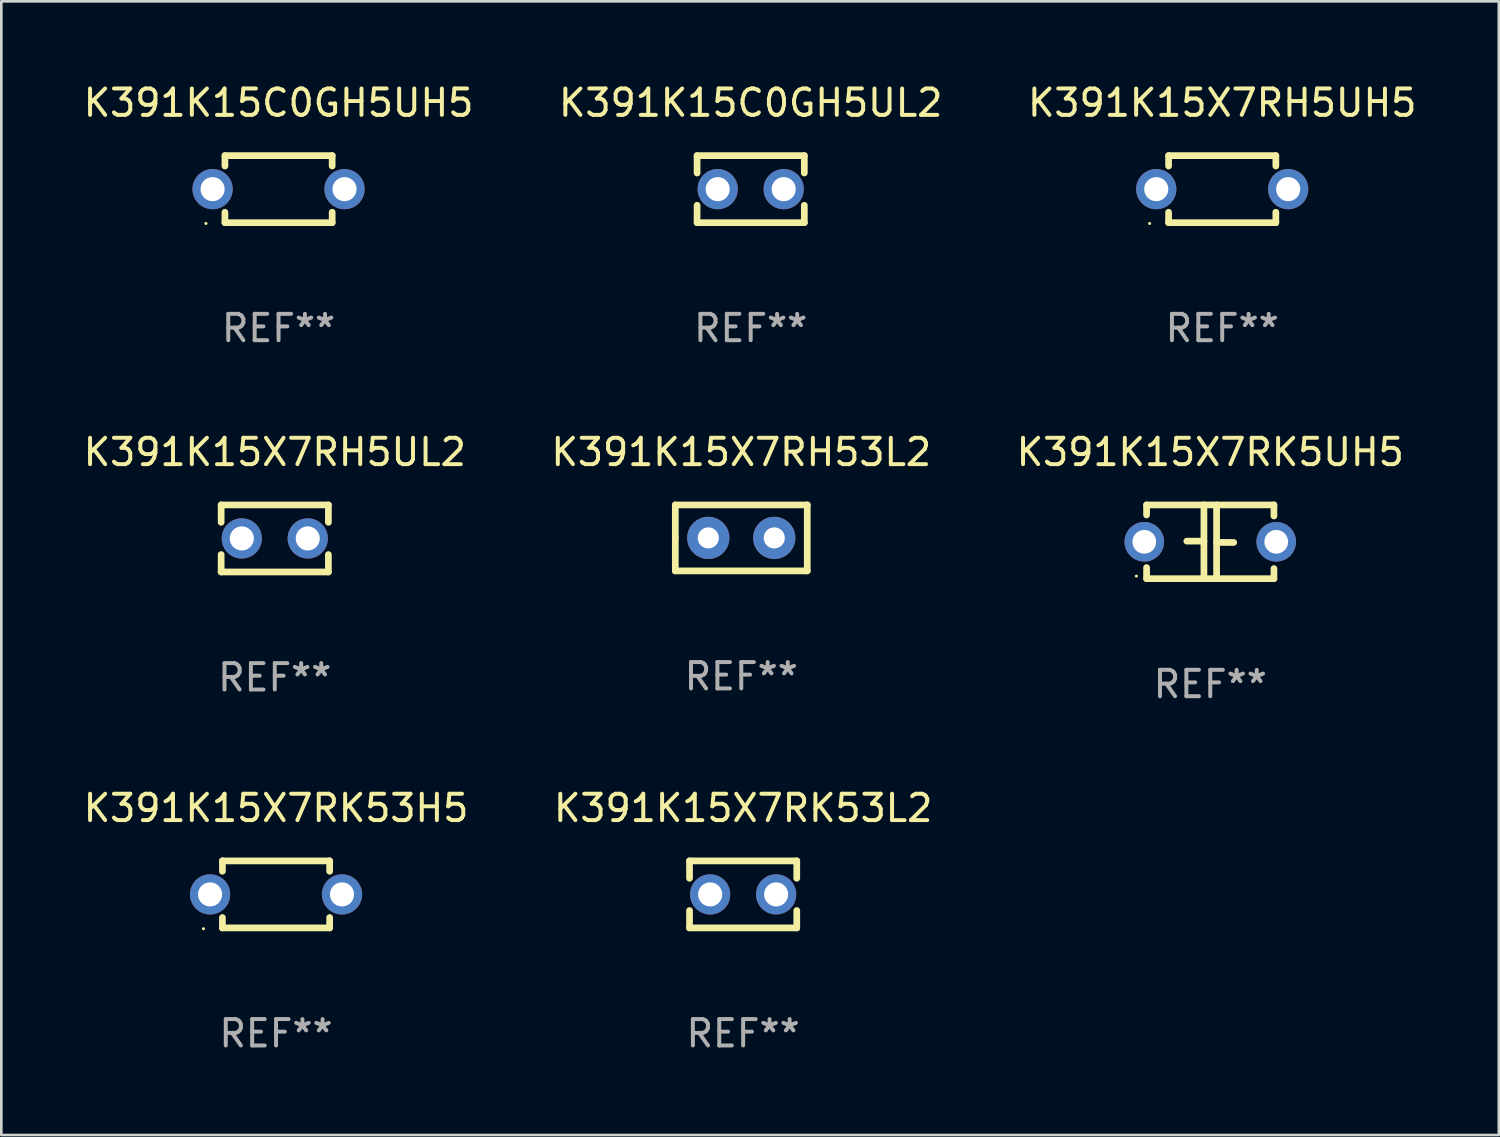
<source format=kicad_pcb>
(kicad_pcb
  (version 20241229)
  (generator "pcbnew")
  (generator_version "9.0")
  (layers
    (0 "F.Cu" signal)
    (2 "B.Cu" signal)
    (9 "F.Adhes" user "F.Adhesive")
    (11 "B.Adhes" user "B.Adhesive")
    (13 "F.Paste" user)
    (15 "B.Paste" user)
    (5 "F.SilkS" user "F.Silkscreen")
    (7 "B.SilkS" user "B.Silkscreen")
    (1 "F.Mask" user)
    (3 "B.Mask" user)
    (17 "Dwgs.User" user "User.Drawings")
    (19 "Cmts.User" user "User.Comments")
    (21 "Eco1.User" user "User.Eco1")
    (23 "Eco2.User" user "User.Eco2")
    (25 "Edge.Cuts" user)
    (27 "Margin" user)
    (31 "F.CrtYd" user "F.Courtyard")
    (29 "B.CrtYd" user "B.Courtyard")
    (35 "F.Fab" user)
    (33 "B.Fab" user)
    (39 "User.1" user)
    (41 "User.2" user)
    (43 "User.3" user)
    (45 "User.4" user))
  (footprint "K391K15X7RH5UL2"
    (layer "F.Cu")
    (at 7.363 17.355)
    (property "Reference" "K391K15X7RH5UL2" (at 0 -3.27 0) (layer "F.SilkS") (effects (font (size 1 1) (thickness 0.15))))
    (attr through_hole)
    (fp_line (start -2.032 -1.27) (end -2.032 -0.611) (stroke (width 0.254) (type solid)) (layer "F.SilkS"))
    (fp_line (start -2.032 0.611) (end -2.032 1.27) (stroke (width 0.254) (type solid)) (layer "F.SilkS"))
    (fp_line (start -2.032 1.27) (end 2.032 1.27) (stroke (width 0.254) (type solid)) (layer "F.SilkS"))
    (fp_line (start 2.032 -1.27) (end -2.032 -1.27) (stroke (width 0.254) (type solid)) (layer "F.SilkS"))
    (fp_line (start 2.032 -0.611) (end 2.032 -1.27) (stroke (width 0.254) (type solid)) (layer "F.SilkS"))
    (fp_line (start 2.032 1.27) (end 2.032 0.611) (stroke (width 0.254) (type solid)) (layer "F.SilkS"))
    (fp_circle (center -2 1.3) (end -1.97 1.3) (stroke (width 0.06) (type solid)) (fill no) (layer "F.SilkS"))
    (fp_text user "REF**" (at 0 5.27 0) (layer "F.Fab") (effects (font (size 1 1) (thickness 0.15))))
    (pad "1" thru_hole circle (at -1.25 0) (size 1.524 1.524) (drill 0.914) (layers "*.Cu" "*.Mask"))
    (pad "2" thru_hole circle (at 1.25 0) (size 1.524 1.524) (drill 0.914) (layers "*.Cu" "*.Mask")))
  (footprint "K391K15X7RH5UH5"
    (layer "F.Cu")
    (at 43.268 4.118)
    (property "Reference" "K391K15X7RH5UH5" (at 0 -3.27 0) (layer "F.SilkS") (effects (font (size 1 1) (thickness 0.15))))
    (attr through_hole)
    (fp_line (start -2.032 -1.27) (end -2.032 -0.876) (stroke (width 0.254) (type solid)) (layer "F.SilkS"))
    (fp_line (start -2.032 0.876) (end -2.032 1.27) (stroke (width 0.254) (type solid)) (layer "F.SilkS"))
    (fp_line (start -2.032 1.27) (end 2.032 1.27) (stroke (width 0.254) (type solid)) (layer "F.SilkS"))
    (fp_line (start 2.032 -1.27) (end -2.032 -1.27) (stroke (width 0.254) (type solid)) (layer "F.SilkS"))
    (fp_line (start 2.032 -0.876) (end 2.032 -1.27) (stroke (width 0.254) (type solid)) (layer "F.SilkS"))
    (fp_line (start 2.032 1.27) (end 2.032 0.876) (stroke (width 0.254) (type solid)) (layer "F.SilkS"))
    (fp_circle (center -2.751 1.3) (end -2.721 1.3) (stroke (width 0.06) (type solid)) (fill no) (layer "F.SilkS"))
    (fp_text user "REF**" (at 0 5.27 0) (layer "F.Fab") (effects (font (size 1 1) (thickness 0.15))))
    (pad "1" thru_hole circle (at -2.5 0) (size 1.524 1.524) (drill 0.914) (layers "*.Cu" "*.Mask"))
    (pad "2" thru_hole circle (at 2.5 0) (size 1.524 1.524) (drill 0.914) (layers "*.Cu" "*.Mask")))
  (footprint "K391K15C0GH5UL2"
    (layer "F.Cu")
    (at 25.399 4.118)
    (property "Reference" "K391K15C0GH5UL2" (at 0 -3.27 0) (layer "F.SilkS") (effects (font (size 1 1) (thickness 0.15))))
    (attr through_hole)
    (fp_line (start -2.032 -1.27) (end -2.032 -0.611) (stroke (width 0.254) (type solid)) (layer "F.SilkS"))
    (fp_line (start -2.032 0.611) (end -2.032 1.27) (stroke (width 0.254) (type solid)) (layer "F.SilkS"))
    (fp_line (start -2.032 1.27) (end 2.032 1.27) (stroke (width 0.254) (type solid)) (layer "F.SilkS"))
    (fp_line (start 2.032 -1.27) (end -2.032 -1.27) (stroke (width 0.254) (type solid)) (layer "F.SilkS"))
    (fp_line (start 2.032 -0.611) (end 2.032 -1.27) (stroke (width 0.254) (type solid)) (layer "F.SilkS"))
    (fp_line (start 2.032 1.27) (end 2.032 0.611) (stroke (width 0.254) (type solid)) (layer "F.SilkS"))
    (fp_circle (center -2 1.3) (end -1.97 1.3) (stroke (width 0.06) (type solid)) (fill no) (layer "F.SilkS"))
    (fp_text user "REF**" (at 0 5.27 0) (layer "F.Fab") (effects (font (size 1 1) (thickness 0.15))))
    (pad "1" thru_hole circle (at -1.25 0) (size 1.524 1.524) (drill 0.914) (layers "*.Cu" "*.Mask"))
    (pad "2" thru_hole circle (at 1.25 0) (size 1.524 1.524) (drill 0.914) (layers "*.Cu" "*.Mask")))
  (footprint "K391K15C0GH5UH5"
    (layer "F.Cu")
    (at 7.506 4.118)
    (property "Reference" "K391K15C0GH5UH5" (at 0 -3.27 0) (layer "F.SilkS") (effects (font (size 1 1) (thickness 0.15))))
    (attr through_hole)
    (fp_line (start -2.032 -1.27) (end -2.032 -0.876) (stroke (width 0.254) (type solid)) (layer "F.SilkS"))
    (fp_line (start -2.032 0.876) (end -2.032 1.27) (stroke (width 0.254) (type solid)) (layer "F.SilkS"))
    (fp_line (start -2.032 1.27) (end 2.032 1.27) (stroke (width 0.254) (type solid)) (layer "F.SilkS"))
    (fp_line (start 2.032 -1.27) (end -2.032 -1.27) (stroke (width 0.254) (type solid)) (layer "F.SilkS"))
    (fp_line (start 2.032 -0.876) (end 2.032 -1.27) (stroke (width 0.254) (type solid)) (layer "F.SilkS"))
    (fp_line (start 2.032 1.27) (end 2.032 0.876) (stroke (width 0.254) (type solid)) (layer "F.SilkS"))
    (fp_circle (center -2.751 1.3) (end -2.721 1.3) (stroke (width 0.06) (type solid)) (fill no) (layer "F.SilkS"))
    (fp_text user "REF**" (at 0 5.27 0) (layer "F.Fab") (effects (font (size 1 1) (thickness 0.15))))
    (pad "1" thru_hole circle (at -2.5 0) (size 1.524 1.524) (drill 0.914) (layers "*.Cu" "*.Mask"))
    (pad "2" thru_hole circle (at 2.5 0) (size 1.524 1.524) (drill 0.914) (layers "*.Cu" "*.Mask")))
  (footprint "K391K15X7RH53L2"
    (layer "F.Cu")
    (at 25.042 17.335)
    (property "Reference" "K391K15X7RH53L2" (at 0 -3.25 0) (layer "F.SilkS") (effects (font (size 1 1) (thickness 0.15))))
    (attr through_hole)
    (fp_line (start -2.5 -1.25) (end 2.5 -1.25) (stroke (width 0.254) (type solid)) (layer "F.SilkS"))
    (fp_line (start -2.5 0) (end -2.5 -1.25) (stroke (width 0.254) (type solid)) (layer "F.SilkS"))
    (fp_line (start -2.5 1.25) (end -2.5 0) (stroke (width 0.254) (type solid)) (layer "F.SilkS"))
    (fp_line (start 2.5 -1.25) (end 2.5 1.25) (stroke (width 0.254) (type solid)) (layer "F.SilkS"))
    (fp_line (start 2.5 1.25) (end -2.5 1.25) (stroke (width 0.254) (type solid)) (layer "F.SilkS"))
    (fp_circle (center -2.5 1.25) (end -2.47 1.25) (stroke (width 0.06) (type solid)) (fill no) (layer "F.SilkS"))
    (fp_text user "REF**" (at 0 5.25 0) (layer "F.Fab") (effects (font (size 1 1) (thickness 0.15))))
    (pad "1" thru_hole circle (at -1.25 0) (size 1.6 1.6) (drill 0.8) (layers "*.Cu" "*.Mask"))
    (pad "2" thru_hole circle (at 1.25 0) (size 1.6 1.6) (drill 0.8) (layers "*.Cu" "*.Mask")))
  (footprint "K391K15X7RK53H5"
    (layer "F.Cu")
    (at 7.411 30.845)
    (property "Reference" "K391K15X7RK53H5" (at 0 -3.27 0) (layer "F.SilkS") (effects (font (size 1 1) (thickness 0.15))))
    (attr through_hole)
    (fp_line (start -2.032 -1.27) (end -2.032 -0.876) (stroke (width 0.254) (type solid)) (layer "F.SilkS"))
    (fp_line (start -2.032 0.876) (end -2.032 1.27) (stroke (width 0.254) (type solid)) (layer "F.SilkS"))
    (fp_line (start -2.032 1.27) (end 2.032 1.27) (stroke (width 0.254) (type solid)) (layer "F.SilkS"))
    (fp_line (start 2.032 -1.27) (end -2.032 -1.27) (stroke (width 0.254) (type solid)) (layer "F.SilkS"))
    (fp_line (start 2.032 -0.876) (end 2.032 -1.27) (stroke (width 0.254) (type solid)) (layer "F.SilkS"))
    (fp_line (start 2.032 1.27) (end 2.032 0.876) (stroke (width 0.254) (type solid)) (layer "F.SilkS"))
    (fp_circle (center -2.751 1.3) (end -2.721 1.3) (stroke (width 0.06) (type solid)) (fill no) (layer "F.SilkS"))
    (fp_text user "REF**" (at 0 5.27 0) (layer "F.Fab") (effects (font (size 1 1) (thickness 0.15))))
    (pad "1" thru_hole circle (at -2.5 0) (size 1.524 1.524) (drill 0.914) (layers "*.Cu" "*.Mask"))
    (pad "2" thru_hole circle (at 2.5 0) (size 1.524 1.524) (drill 0.914) (layers "*.Cu" "*.Mask")))
  (footprint "K391K15X7RK5UH5"
    (layer "F.Cu")
    (at 42.815 17.482)
    (property "Reference" "K391K15X7RK5UH5" (at 0 -3.397 0) (layer "F.SilkS") (effects (font (size 1 1) (thickness 0.15))))
    (attr through_hole)
    (fp_line (start -2.413 -1.397) (end 2.413 -1.397) (stroke (width 0.254) (type solid)) (layer "F.SilkS"))
    (fp_line (start -2.413 -1.016) (end -2.413 -1.397) (stroke (width 0.254) (type solid)) (layer "F.SilkS"))
    (fp_line (start -2.413 0.977) (end -2.413 1.397) (stroke (width 0.254) (type solid)) (layer "F.SilkS"))
    (fp_line (start -0.24 -0.025) (end -0.889 -0.025) (stroke (width 0.254) (type solid)) (layer "F.SilkS"))
    (fp_line (start -0.24 1.397) (end -0.24 -1.397) (stroke (width 0.254) (type solid)) (layer "F.SilkS"))
    (fp_line (start 0.24 -1.397) (end 0.24 1.397) (stroke (width 0.254) (type solid)) (layer "F.SilkS"))
    (fp_line (start 0.24 0.025) (end 0.889 0.025) (stroke (width 0.254) (type solid)) (layer "F.SilkS"))
    (fp_line (start 2.413 -0.977) (end 2.413 -1.397) (stroke (width 0.254) (type solid)) (layer "F.SilkS"))
    (fp_line (start 2.413 1.016) (end 2.413 1.397) (stroke (width 0.254) (type solid)) (layer "F.SilkS"))
    (fp_line (start 2.413 1.397) (end -2.413 1.397) (stroke (width 0.254) (type solid)) (layer "F.SilkS"))
    (fp_circle (center -2.8 1.3) (end -2.77 1.3) (stroke (width 0.06) (type solid)) (fill no) (layer "F.SilkS"))
    (fp_text user "REF**" (at 0 5.397 0) (layer "F.Fab") (effects (font (size 1 1) (thickness 0.15))))
    (pad "1" thru_hole circle (at -2.5 0) (size 1.5 1.5) (drill 0.9) (layers "*.Cu" "*.Mask"))
    (pad "2" thru_hole circle (at 2.5 0) (size 1.5 1.5) (drill 0.9) (layers "*.Cu" "*.Mask")))
  (footprint "K391K15X7RK53L2"
    (layer "F.Cu")
    (at 25.113 30.845)
    (property "Reference" "K391K15X7RK53L2" (at 0 -3.27 0) (layer "F.SilkS") (effects (font (size 1 1) (thickness 0.15))))
    (attr through_hole)
    (fp_line (start -2.032 -1.27) (end -2.032 -0.611) (stroke (width 0.254) (type solid)) (layer "F.SilkS"))
    (fp_line (start -2.032 0.611) (end -2.032 1.27) (stroke (width 0.254) (type solid)) (layer "F.SilkS"))
    (fp_line (start -2.032 1.27) (end 2.032 1.27) (stroke (width 0.254) (type solid)) (layer "F.SilkS"))
    (fp_line (start 2.032 -1.27) (end -2.032 -1.27) (stroke (width 0.254) (type solid)) (layer "F.SilkS"))
    (fp_line (start 2.032 -0.611) (end 2.032 -1.27) (stroke (width 0.254) (type solid)) (layer "F.SilkS"))
    (fp_line (start 2.032 1.27) (end 2.032 0.611) (stroke (width 0.254) (type solid)) (layer "F.SilkS"))
    (fp_circle (center -2 1.3) (end -1.97 1.3) (stroke (width 0.06) (type solid)) (fill no) (layer "F.SilkS"))
    (fp_text user "REF**" (at 0 5.27 0) (layer "F.Fab") (effects (font (size 1 1) (thickness 0.15))))
    (pad "1" thru_hole circle (at -1.25 0) (size 1.524 1.524) (drill 0.914) (layers "*.Cu" "*.Mask"))
    (pad "2" thru_hole circle (at 1.25 0) (size 1.524 1.524) (drill 0.914) (layers "*.Cu" "*.Mask")))
  (gr_rect
    (start -3 -3)
    (end 53.75 39.964)
    (stroke (width 0.1) (type default))
    (fill no)
    (layer "Edge.Cuts")))
</source>
